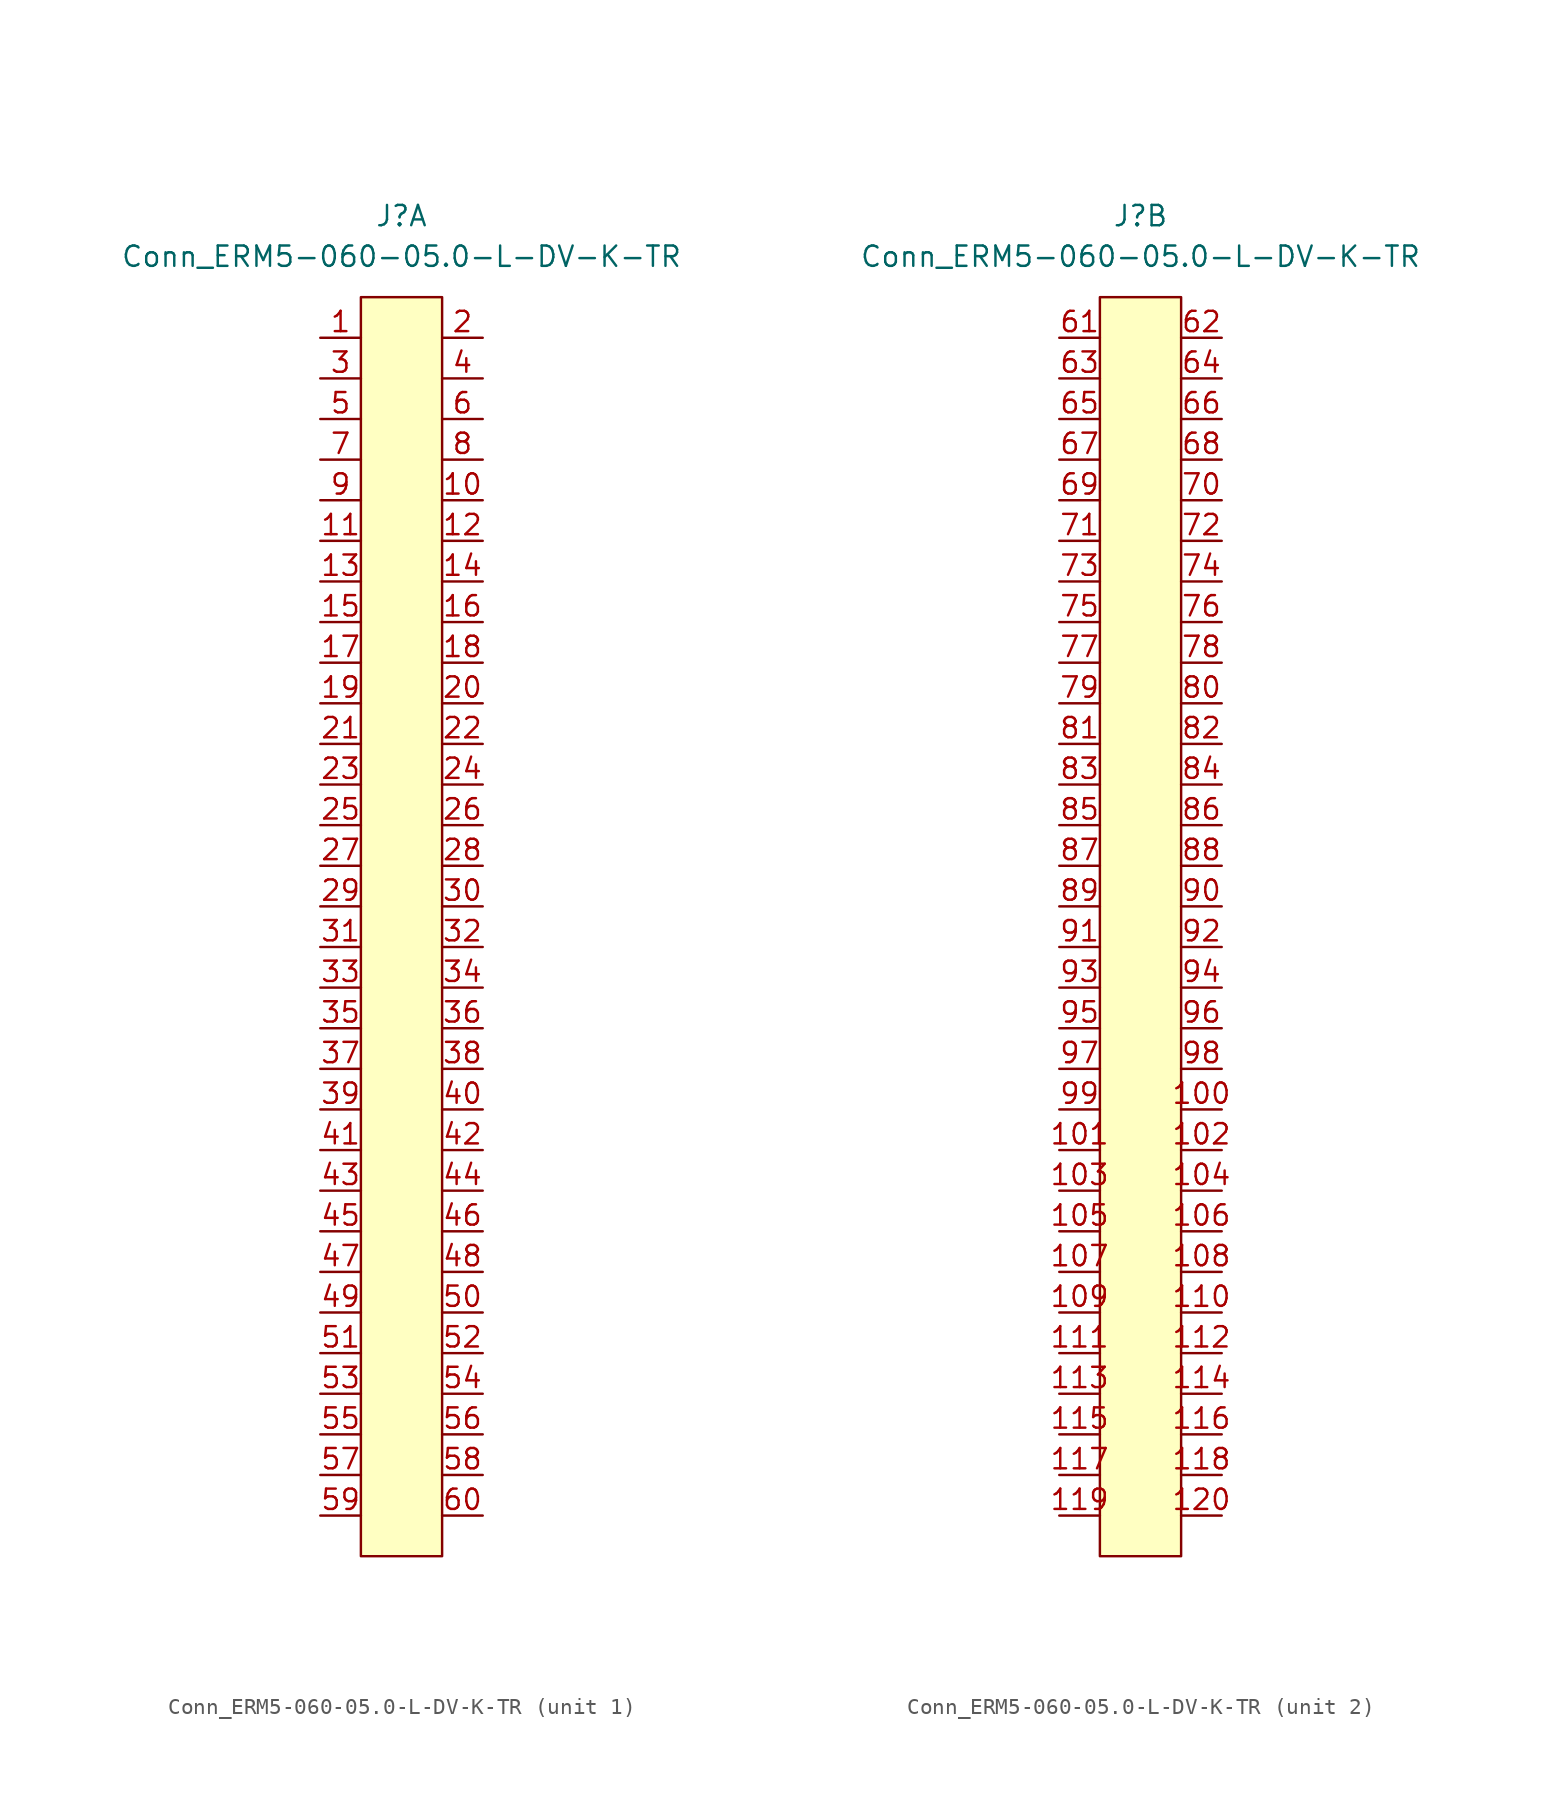
<source format=kicad_sym>
(kicad_symbol_lib
  (version 20211014)
  (generator kicad_symbol_editor)
  (symbol "Conn_ERM5-060-05.0-L-DV-K-TR"
    (pin_names
      (offset 1.016) hide)
    (property "Reference" "J"
      (at 0 20.32 0)
      (effects (font (size 1.27 1.27))))
    (property "Value" "Conn_ERM5-060-05.0-L-DV-K-TR"
      (at 0 17.78 0)
      (effects (font (size 1.27 1.27))))
    (property "ki_locked" ""
      (at 0 0 0)
      (effects (font (size 1.27 1.27))))
    (symbol "Conn_ERM5-060-05.0-L-DV-K-TR_1_1"
      (rectangle (start -2.54 15.24) (end 2.54 -63.5) (stroke (width 0) (type default) (color 0 0 0 0)) (fill (type background)))
      (pin passive line (at -5.08 12.7 0) (length 2.54) (name "1" (effects (font (size 1.27 1.27)))) (number "1" (effects (font (size 1.27 1.27)))))
      (pin passive line (at 5.08 2.54 180) (length 2.54) (name "10" (effects (font (size 1.27 1.27)))) (number "10" (effects (font (size 1.27 1.27)))))
      (pin passive line (at -5.08 0 0) (length 2.54) (name "11" (effects (font (size 1.27 1.27)))) (number "11" (effects (font (size 1.27 1.27)))))
      (pin passive line (at 5.08 0 180) (length 2.54) (name "12" (effects (font (size 1.27 1.27)))) (number "12" (effects (font (size 1.27 1.27)))))
      (pin passive line (at -5.08 -2.54 0) (length 2.54) (name "13" (effects (font (size 1.27 1.27)))) (number "13" (effects (font (size 1.27 1.27)))))
      (pin passive line (at 5.08 -2.54 180) (length 2.54) (name "14" (effects (font (size 1.27 1.27)))) (number "14" (effects (font (size 1.27 1.27)))))
      (pin passive line (at -5.08 -5.08 0) (length 2.54) (name "15" (effects (font (size 1.27 1.27)))) (number "15" (effects (font (size 1.27 1.27)))))
      (pin passive line (at 5.08 -5.08 180) (length 2.54) (name "16" (effects (font (size 1.27 1.27)))) (number "16" (effects (font (size 1.27 1.27)))))
      (pin passive line (at -5.08 -7.62 0) (length 2.54) (name "17" (effects (font (size 1.27 1.27)))) (number "17" (effects (font (size 1.27 1.27)))))
      (pin passive line (at 5.08 -7.62 180) (length 2.54) (name "18" (effects (font (size 1.27 1.27)))) (number "18" (effects (font (size 1.27 1.27)))))
      (pin passive line (at -5.08 -10.16 0) (length 2.54) (name "19" (effects (font (size 1.27 1.27)))) (number "19" (effects (font (size 1.27 1.27)))))
      (pin passive line (at 5.08 12.7 180) (length 2.54) (name "2" (effects (font (size 1.27 1.27)))) (number "2" (effects (font (size 1.27 1.27)))))
      (pin passive line (at 5.08 -10.16 180) (length 2.54) (name "20" (effects (font (size 1.27 1.27)))) (number "20" (effects (font (size 1.27 1.27)))))
      (pin passive line (at -5.08 -12.7 0) (length 2.54) (name "21" (effects (font (size 1.27 1.27)))) (number "21" (effects (font (size 1.27 1.27)))))
      (pin passive line (at 5.08 -12.7 180) (length 2.54) (name "22" (effects (font (size 1.27 1.27)))) (number "22" (effects (font (size 1.27 1.27)))))
      (pin passive line (at -5.08 -15.24 0) (length 2.54) (name "23" (effects (font (size 1.27 1.27)))) (number "23" (effects (font (size 1.27 1.27)))))
      (pin passive line (at 5.08 -15.24 180) (length 2.54) (name "24" (effects (font (size 1.27 1.27)))) (number "24" (effects (font (size 1.27 1.27)))))
      (pin passive line (at -5.08 -17.78 0) (length 2.54) (name "25" (effects (font (size 1.27 1.27)))) (number "25" (effects (font (size 1.27 1.27)))))
      (pin passive line (at 5.08 -17.78 180) (length 2.54) (name "26" (effects (font (size 1.27 1.27)))) (number "26" (effects (font (size 1.27 1.27)))))
      (pin passive line (at -5.08 -20.32 0) (length 2.54) (name "27" (effects (font (size 1.27 1.27)))) (number "27" (effects (font (size 1.27 1.27)))))
      (pin passive line (at 5.08 -20.32 180) (length 2.54) (name "28" (effects (font (size 1.27 1.27)))) (number "28" (effects (font (size 1.27 1.27)))))
      (pin passive line (at -5.08 -22.86 0) (length 2.54) (name "29" (effects (font (size 1.27 1.27)))) (number "29" (effects (font (size 1.27 1.27)))))
      (pin passive line (at -5.08 10.16 0) (length 2.54) (name "3" (effects (font (size 1.27 1.27)))) (number "3" (effects (font (size 1.27 1.27)))))
      (pin passive line (at 5.08 -22.86 180) (length 2.54) (name "30" (effects (font (size 1.27 1.27)))) (number "30" (effects (font (size 1.27 1.27)))))
      (pin passive line (at -5.08 -25.4 0) (length 2.54) (name "31" (effects (font (size 1.27 1.27)))) (number "31" (effects (font (size 1.27 1.27)))))
      (pin passive line (at 5.08 -25.4 180) (length 2.54) (name "32" (effects (font (size 1.27 1.27)))) (number "32" (effects (font (size 1.27 1.27)))))
      (pin passive line (at -5.08 -27.94 0) (length 2.54) (name "33" (effects (font (size 1.27 1.27)))) (number "33" (effects (font (size 1.27 1.27)))))
      (pin passive line (at 5.08 -27.94 180) (length 2.54) (name "34" (effects (font (size 1.27 1.27)))) (number "34" (effects (font (size 1.27 1.27)))))
      (pin passive line (at -5.08 -30.48 0) (length 2.54) (name "35" (effects (font (size 1.27 1.27)))) (number "35" (effects (font (size 1.27 1.27)))))
      (pin passive line (at 5.08 -30.48 180) (length 2.54) (name "36" (effects (font (size 1.27 1.27)))) (number "36" (effects (font (size 1.27 1.27)))))
      (pin passive line (at -5.08 -33.02 0) (length 2.54) (name "37" (effects (font (size 1.27 1.27)))) (number "37" (effects (font (size 1.27 1.27)))))
      (pin passive line (at 5.08 -33.02 180) (length 2.54) (name "38" (effects (font (size 1.27 1.27)))) (number "38" (effects (font (size 1.27 1.27)))))
      (pin passive line (at -5.08 -35.56 0) (length 2.54) (name "39" (effects (font (size 1.27 1.27)))) (number "39" (effects (font (size 1.27 1.27)))))
      (pin passive line (at 5.08 10.16 180) (length 2.54) (name "4" (effects (font (size 1.27 1.27)))) (number "4" (effects (font (size 1.27 1.27)))))
      (pin passive line (at 5.08 -35.56 180) (length 2.54) (name "40" (effects (font (size 1.27 1.27)))) (number "40" (effects (font (size 1.27 1.27)))))
      (pin passive line (at -5.08 -38.1 0) (length 2.54) (name "41" (effects (font (size 1.27 1.27)))) (number "41" (effects (font (size 1.27 1.27)))))
      (pin passive line (at 5.08 -38.1 180) (length 2.54) (name "42" (effects (font (size 1.27 1.27)))) (number "42" (effects (font (size 1.27 1.27)))))
      (pin passive line (at -5.08 -40.64 0) (length 2.54) (name "43" (effects (font (size 1.27 1.27)))) (number "43" (effects (font (size 1.27 1.27)))))
      (pin passive line (at 5.08 -40.64 180) (length 2.54) (name "44" (effects (font (size 1.27 1.27)))) (number "44" (effects (font (size 1.27 1.27)))))
      (pin passive line (at -5.08 -43.18 0) (length 2.54) (name "45" (effects (font (size 1.27 1.27)))) (number "45" (effects (font (size 1.27 1.27)))))
      (pin passive line (at 5.08 -43.18 180) (length 2.54) (name "46" (effects (font (size 1.27 1.27)))) (number "46" (effects (font (size 1.27 1.27)))))
      (pin passive line (at -5.08 -45.72 0) (length 2.54) (name "47" (effects (font (size 1.27 1.27)))) (number "47" (effects (font (size 1.27 1.27)))))
      (pin passive line (at 5.08 -45.72 180) (length 2.54) (name "48" (effects (font (size 1.27 1.27)))) (number "48" (effects (font (size 1.27 1.27)))))
      (pin passive line (at -5.08 -48.26 0) (length 2.54) (name "49" (effects (font (size 1.27 1.27)))) (number "49" (effects (font (size 1.27 1.27)))))
      (pin passive line (at -5.08 7.62 0) (length 2.54) (name "5" (effects (font (size 1.27 1.27)))) (number "5" (effects (font (size 1.27 1.27)))))
      (pin passive line (at 5.08 -48.26 180) (length 2.54) (name "50" (effects (font (size 1.27 1.27)))) (number "50" (effects (font (size 1.27 1.27)))))
      (pin passive line (at -5.08 -50.8 0) (length 2.54) (name "51" (effects (font (size 1.27 1.27)))) (number "51" (effects (font (size 1.27 1.27)))))
      (pin passive line (at 5.08 -50.8 180) (length 2.54) (name "52" (effects (font (size 1.27 1.27)))) (number "52" (effects (font (size 1.27 1.27)))))
      (pin passive line (at -5.08 -53.34 0) (length 2.54) (name "53" (effects (font (size 1.27 1.27)))) (number "53" (effects (font (size 1.27 1.27)))))
      (pin passive line (at 5.08 -53.34 180) (length 2.54) (name "54" (effects (font (size 1.27 1.27)))) (number "54" (effects (font (size 1.27 1.27)))))
      (pin passive line (at -5.08 -55.88 0) (length 2.54) (name "55" (effects (font (size 1.27 1.27)))) (number "55" (effects (font (size 1.27 1.27)))))
      (pin passive line (at 5.08 -55.88 180) (length 2.54) (name "56" (effects (font (size 1.27 1.27)))) (number "56" (effects (font (size 1.27 1.27)))))
      (pin passive line (at -5.08 -58.42 0) (length 2.54) (name "57" (effects (font (size 1.27 1.27)))) (number "57" (effects (font (size 1.27 1.27)))))
      (pin passive line (at 5.08 -58.42 180) (length 2.54) (name "58" (effects (font (size 1.27 1.27)))) (number "58" (effects (font (size 1.27 1.27)))))
      (pin passive line (at -5.08 -60.96 0) (length 2.54) (name "59" (effects (font (size 1.27 1.27)))) (number "59" (effects (font (size 1.27 1.27)))))
      (pin passive line (at 5.08 7.62 180) (length 2.54) (name "6" (effects (font (size 1.27 1.27)))) (number "6" (effects (font (size 1.27 1.27)))))
      (pin passive line (at 5.08 -60.96 180) (length 2.54) (name "60" (effects (font (size 1.27 1.27)))) (number "60" (effects (font (size 1.27 1.27)))))
      (pin passive line (at -5.08 5.08 0) (length 2.54) (name "7" (effects (font (size 1.27 1.27)))) (number "7" (effects (font (size 1.27 1.27)))))
      (pin passive line (at 5.08 5.08 180) (length 2.54) (name "8" (effects (font (size 1.27 1.27)))) (number "8" (effects (font (size 1.27 1.27)))))
      (pin passive line (at -5.08 2.54 0) (length 2.54) (name "9" (effects (font (size 1.27 1.27)))) (number "9" (effects (font (size 1.27 1.27))))))
    (symbol "Conn_ERM5-060-05.0-L-DV-K-TR_2_1"
      (rectangle (start -2.54 15.24) (end 2.54 -63.5) (stroke (width 0) (type default) (color 0 0 0 0)) (fill (type background)))
      (pin passive line (at 5.08 -35.56 180) (length 2.54) (name "100" (effects (font (size 1.27 1.27)))) (number "100" (effects (font (size 1.27 1.27)))))
      (pin passive line (at -5.08 -38.1 0) (length 2.54) (name "101" (effects (font (size 1.27 1.27)))) (number "101" (effects (font (size 1.27 1.27)))))
      (pin passive line (at 5.08 -38.1 180) (length 2.54) (name "102" (effects (font (size 1.27 1.27)))) (number "102" (effects (font (size 1.27 1.27)))))
      (pin passive line (at -5.08 -40.64 0) (length 2.54) (name "103" (effects (font (size 1.27 1.27)))) (number "103" (effects (font (size 1.27 1.27)))))
      (pin passive line (at 5.08 -40.64 180) (length 2.54) (name "104" (effects (font (size 1.27 1.27)))) (number "104" (effects (font (size 1.27 1.27)))))
      (pin passive line (at -5.08 -43.18 0) (length 2.54) (name "105" (effects (font (size 1.27 1.27)))) (number "105" (effects (font (size 1.27 1.27)))))
      (pin passive line (at 5.08 -43.18 180) (length 2.54) (name "106" (effects (font (size 1.27 1.27)))) (number "106" (effects (font (size 1.27 1.27)))))
      (pin passive line (at -5.08 -45.72 0) (length 2.54) (name "107" (effects (font (size 1.27 1.27)))) (number "107" (effects (font (size 1.27 1.27)))))
      (pin passive line (at 5.08 -45.72 180) (length 2.54) (name "108" (effects (font (size 1.27 1.27)))) (number "108" (effects (font (size 1.27 1.27)))))
      (pin passive line (at -5.08 -48.26 0) (length 2.54) (name "109" (effects (font (size 1.27 1.27)))) (number "109" (effects (font (size 1.27 1.27)))))
      (pin passive line (at 5.08 -48.26 180) (length 2.54) (name "110" (effects (font (size 1.27 1.27)))) (number "110" (effects (font (size 1.27 1.27)))))
      (pin passive line (at -5.08 -50.8 0) (length 2.54) (name "111" (effects (font (size 1.27 1.27)))) (number "111" (effects (font (size 1.27 1.27)))))
      (pin passive line (at 5.08 -50.8 180) (length 2.54) (name "112" (effects (font (size 1.27 1.27)))) (number "112" (effects (font (size 1.27 1.27)))))
      (pin passive line (at -5.08 -53.34 0) (length 2.54) (name "113" (effects (font (size 1.27 1.27)))) (number "113" (effects (font (size 1.27 1.27)))))
      (pin passive line (at 5.08 -53.34 180) (length 2.54) (name "114" (effects (font (size 1.27 1.27)))) (number "114" (effects (font (size 1.27 1.27)))))
      (pin passive line (at -5.08 -55.88 0) (length 2.54) (name "115" (effects (font (size 1.27 1.27)))) (number "115" (effects (font (size 1.27 1.27)))))
      (pin passive line (at 5.08 -55.88 180) (length 2.54) (name "116" (effects (font (size 1.27 1.27)))) (number "116" (effects (font (size 1.27 1.27)))))
      (pin passive line (at -5.08 -58.42 0) (length 2.54) (name "117" (effects (font (size 1.27 1.27)))) (number "117" (effects (font (size 1.27 1.27)))))
      (pin passive line (at 5.08 -58.42 180) (length 2.54) (name "118" (effects (font (size 1.27 1.27)))) (number "118" (effects (font (size 1.27 1.27)))))
      (pin passive line (at -5.08 -60.96 0) (length 2.54) (name "119" (effects (font (size 1.27 1.27)))) (number "119" (effects (font (size 1.27 1.27)))))
      (pin passive line (at 5.08 -60.96 180) (length 2.54) (name "120" (effects (font (size 1.27 1.27)))) (number "120" (effects (font (size 1.27 1.27)))))
      (pin passive line (at -5.08 12.7 0) (length 2.54) (name "61" (effects (font (size 1.27 1.27)))) (number "61" (effects (font (size 1.27 1.27)))))
      (pin passive line (at 5.08 12.7 180) (length 2.54) (name "62" (effects (font (size 1.27 1.27)))) (number "62" (effects (font (size 1.27 1.27)))))
      (pin passive line (at -5.08 10.16 0) (length 2.54) (name "63" (effects (font (size 1.27 1.27)))) (number "63" (effects (font (size 1.27 1.27)))))
      (pin passive line (at 5.08 10.16 180) (length 2.54) (name "64" (effects (font (size 1.27 1.27)))) (number "64" (effects (font (size 1.27 1.27)))))
      (pin passive line (at -5.08 7.62 0) (length 2.54) (name "65" (effects (font (size 1.27 1.27)))) (number "65" (effects (font (size 1.27 1.27)))))
      (pin passive line (at 5.08 7.62 180) (length 2.54) (name "66" (effects (font (size 1.27 1.27)))) (number "66" (effects (font (size 1.27 1.27)))))
      (pin passive line (at -5.08 5.08 0) (length 2.54) (name "67" (effects (font (size 1.27 1.27)))) (number "67" (effects (font (size 1.27 1.27)))))
      (pin passive line (at 5.08 5.08 180) (length 2.54) (name "68" (effects (font (size 1.27 1.27)))) (number "68" (effects (font (size 1.27 1.27)))))
      (pin passive line (at -5.08 2.54 0) (length 2.54) (name "69" (effects (font (size 1.27 1.27)))) (number "69" (effects (font (size 1.27 1.27)))))
      (pin passive line (at 5.08 2.54 180) (length 2.54) (name "70" (effects (font (size 1.27 1.27)))) (number "70" (effects (font (size 1.27 1.27)))))
      (pin passive line (at -5.08 0 0) (length 2.54) (name "71" (effects (font (size 1.27 1.27)))) (number "71" (effects (font (size 1.27 1.27)))))
      (pin passive line (at 5.08 0 180) (length 2.54) (name "72" (effects (font (size 1.27 1.27)))) (number "72" (effects (font (size 1.27 1.27)))))
      (pin passive line (at -5.08 -2.54 0) (length 2.54) (name "73" (effects (font (size 1.27 1.27)))) (number "73" (effects (font (size 1.27 1.27)))))
      (pin passive line (at 5.08 -2.54 180) (length 2.54) (name "74" (effects (font (size 1.27 1.27)))) (number "74" (effects (font (size 1.27 1.27)))))
      (pin passive line (at -5.08 -5.08 0) (length 2.54) (name "75" (effects (font (size 1.27 1.27)))) (number "75" (effects (font (size 1.27 1.27)))))
      (pin passive line (at 5.08 -5.08 180) (length 2.54) (name "76" (effects (font (size 1.27 1.27)))) (number "76" (effects (font (size 1.27 1.27)))))
      (pin passive line (at -5.08 -7.62 0) (length 2.54) (name "77" (effects (font (size 1.27 1.27)))) (number "77" (effects (font (size 1.27 1.27)))))
      (pin passive line (at 5.08 -7.62 180) (length 2.54) (name "78" (effects (font (size 1.27 1.27)))) (number "78" (effects (font (size 1.27 1.27)))))
      (pin passive line (at -5.08 -10.16 0) (length 2.54) (name "79" (effects (font (size 1.27 1.27)))) (number "79" (effects (font (size 1.27 1.27)))))
      (pin passive line (at 5.08 -10.16 180) (length 2.54) (name "80" (effects (font (size 1.27 1.27)))) (number "80" (effects (font (size 1.27 1.27)))))
      (pin passive line (at -5.08 -12.7 0) (length 2.54) (name "81" (effects (font (size 1.27 1.27)))) (number "81" (effects (font (size 1.27 1.27)))))
      (pin passive line (at 5.08 -12.7 180) (length 2.54) (name "82" (effects (font (size 1.27 1.27)))) (number "82" (effects (font (size 1.27 1.27)))))
      (pin passive line (at -5.08 -15.24 0) (length 2.54) (name "83" (effects (font (size 1.27 1.27)))) (number "83" (effects (font (size 1.27 1.27)))))
      (pin passive line (at 5.08 -15.24 180) (length 2.54) (name "84" (effects (font (size 1.27 1.27)))) (number "84" (effects (font (size 1.27 1.27)))))
      (pin passive line (at -5.08 -17.78 0) (length 2.54) (name "85" (effects (font (size 1.27 1.27)))) (number "85" (effects (font (size 1.27 1.27)))))
      (pin passive line (at 5.08 -17.78 180) (length 2.54) (name "86" (effects (font (size 1.27 1.27)))) (number "86" (effects (font (size 1.27 1.27)))))
      (pin passive line (at -5.08 -20.32 0) (length 2.54) (name "87" (effects (font (size 1.27 1.27)))) (number "87" (effects (font (size 1.27 1.27)))))
      (pin passive line (at 5.08 -20.32 180) (length 2.54) (name "88" (effects (font (size 1.27 1.27)))) (number "88" (effects (font (size 1.27 1.27)))))
      (pin passive line (at -5.08 -22.86 0) (length 2.54) (name "89" (effects (font (size 1.27 1.27)))) (number "89" (effects (font (size 1.27 1.27)))))
      (pin passive line (at 5.08 -22.86 180) (length 2.54) (name "90" (effects (font (size 1.27 1.27)))) (number "90" (effects (font (size 1.27 1.27)))))
      (pin passive line (at -5.08 -25.4 0) (length 2.54) (name "91" (effects (font (size 1.27 1.27)))) (number "91" (effects (font (size 1.27 1.27)))))
      (pin passive line (at 5.08 -25.4 180) (length 2.54) (name "92" (effects (font (size 1.27 1.27)))) (number "92" (effects (font (size 1.27 1.27)))))
      (pin passive line (at -5.08 -27.94 0) (length 2.54) (name "93" (effects (font (size 1.27 1.27)))) (number "93" (effects (font (size 1.27 1.27)))))
      (pin passive line (at 5.08 -27.94 180) (length 2.54) (name "94" (effects (font (size 1.27 1.27)))) (number "94" (effects (font (size 1.27 1.27)))))
      (pin passive line (at -5.08 -30.48 0) (length 2.54) (name "95" (effects (font (size 1.27 1.27)))) (number "95" (effects (font (size 1.27 1.27)))))
      (pin passive line (at 5.08 -30.48 180) (length 2.54) (name "96" (effects (font (size 1.27 1.27)))) (number "96" (effects (font (size 1.27 1.27)))))
      (pin passive line (at -5.08 -33.02 0) (length 2.54) (name "97" (effects (font (size 1.27 1.27)))) (number "97" (effects (font (size 1.27 1.27)))))
      (pin passive line (at 5.08 -33.02 180) (length 2.54) (name "98" (effects (font (size 1.27 1.27)))) (number "98" (effects (font (size 1.27 1.27)))))
      (pin passive line (at -5.08 -35.56 0) (length 2.54) (name "99" (effects (font (size 1.27 1.27)))) (number "99" (effects (font (size 1.27 1.27))))))))
</source>
